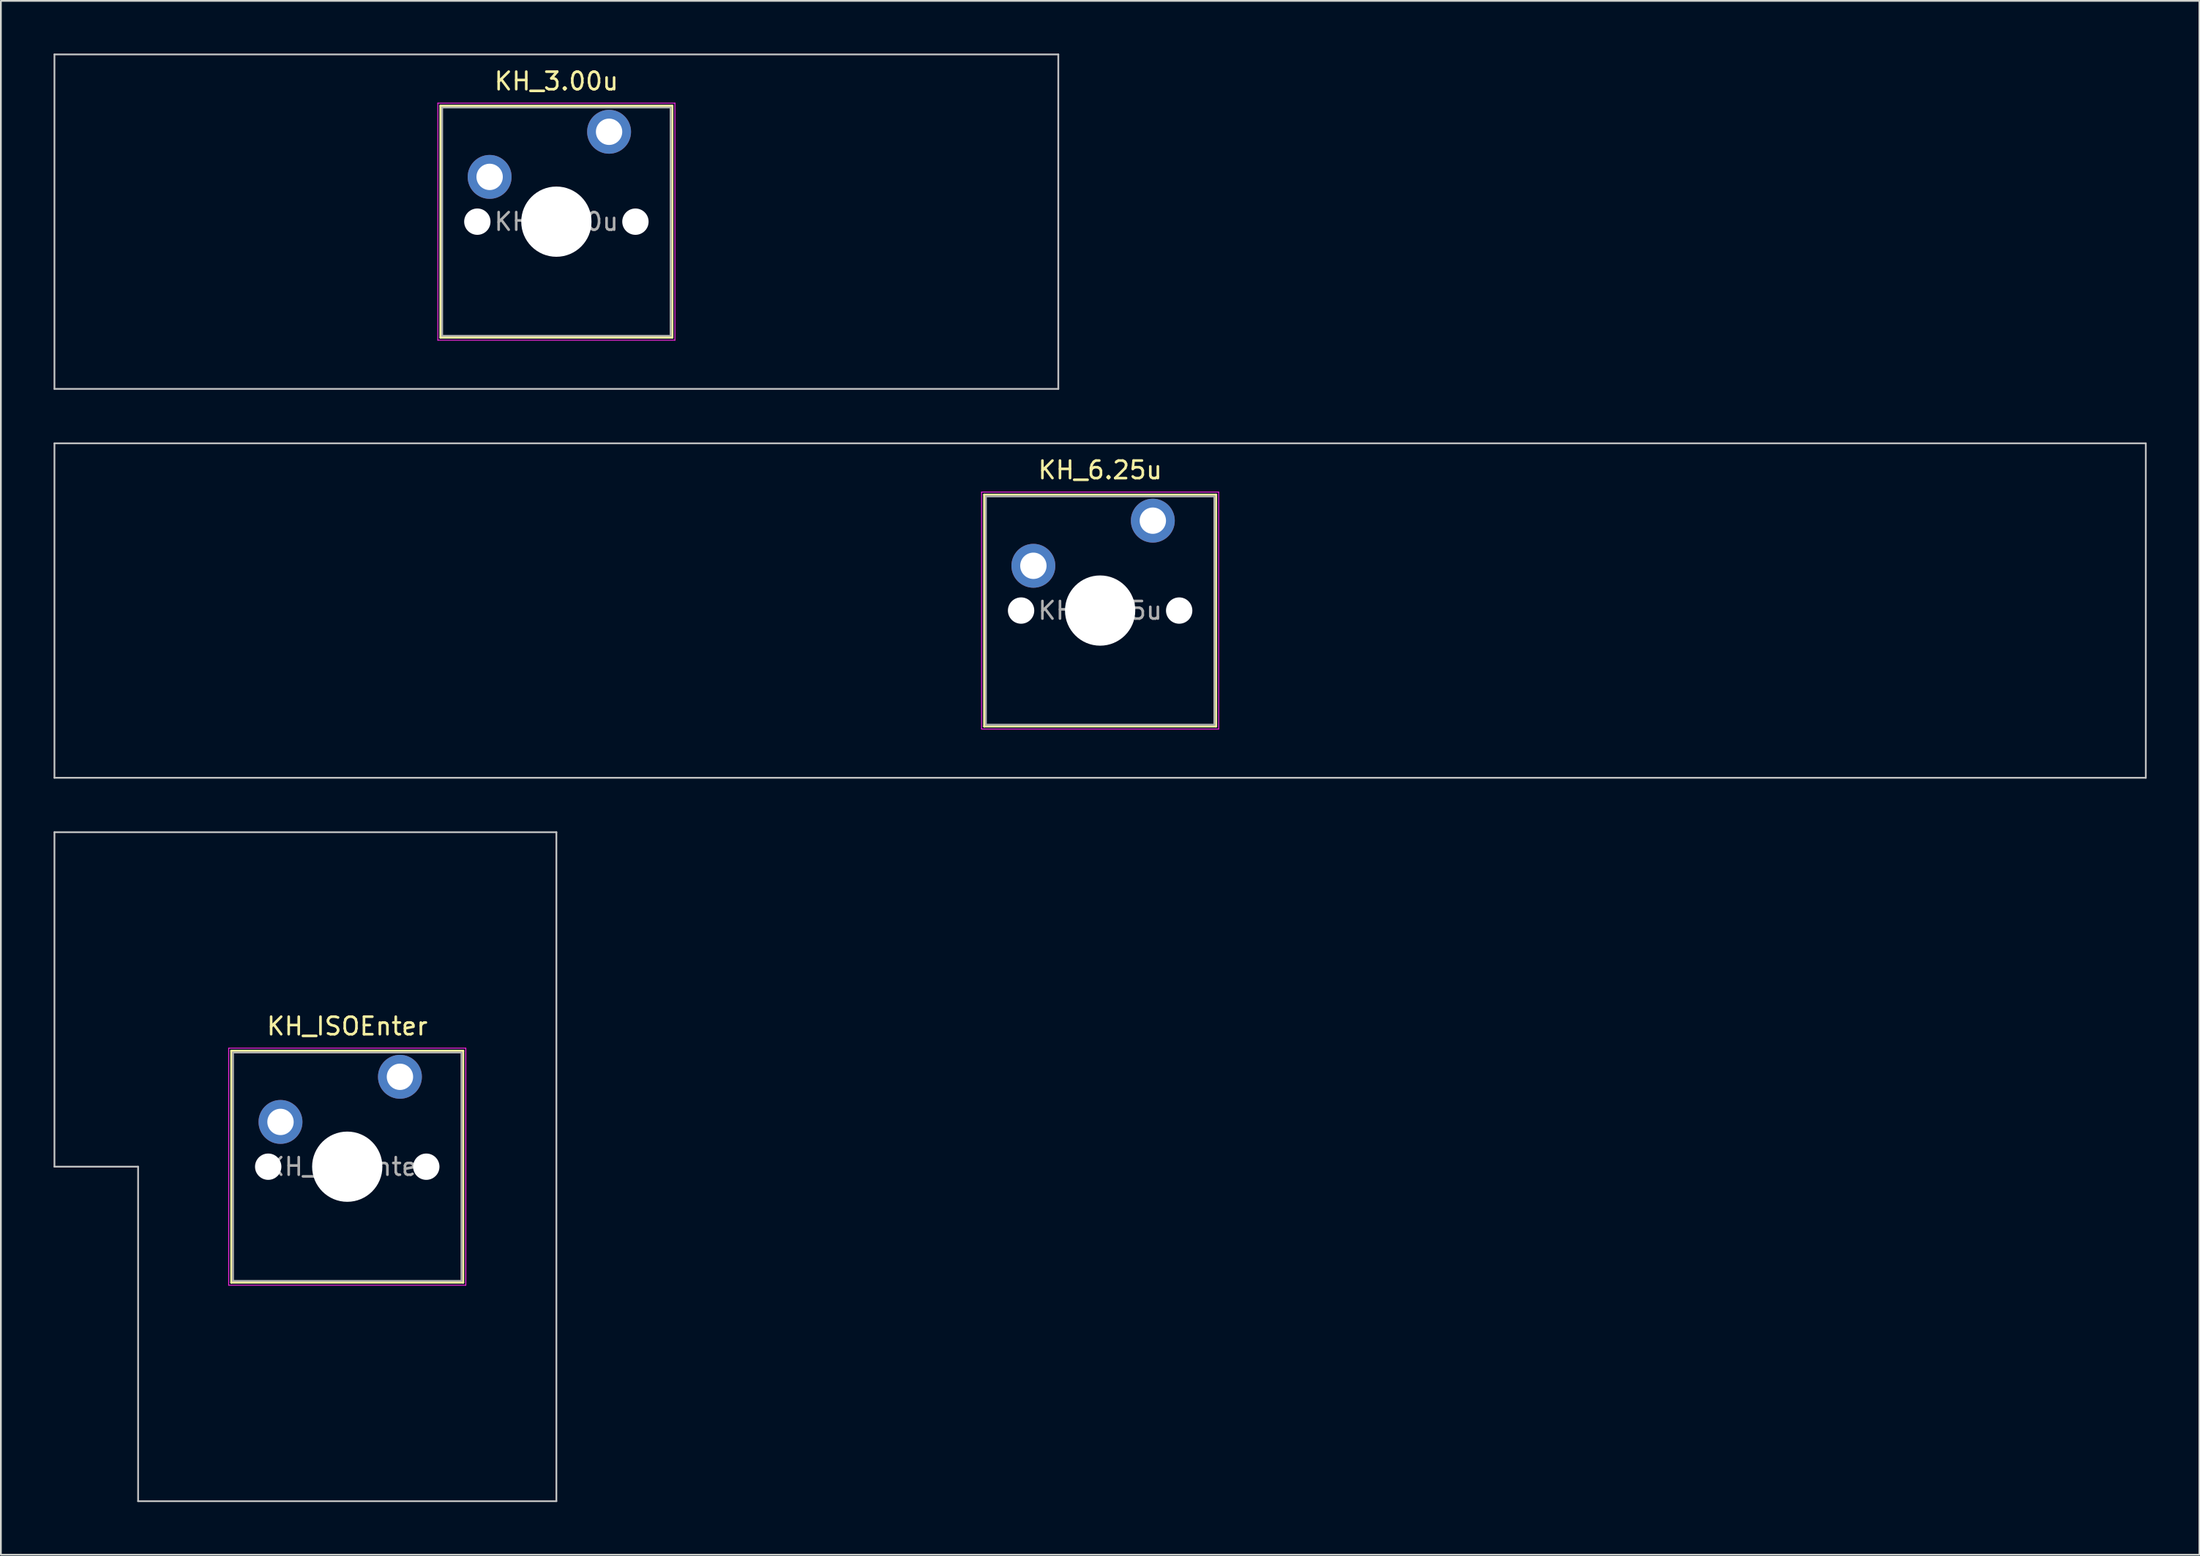
<source format=kicad_pcb>
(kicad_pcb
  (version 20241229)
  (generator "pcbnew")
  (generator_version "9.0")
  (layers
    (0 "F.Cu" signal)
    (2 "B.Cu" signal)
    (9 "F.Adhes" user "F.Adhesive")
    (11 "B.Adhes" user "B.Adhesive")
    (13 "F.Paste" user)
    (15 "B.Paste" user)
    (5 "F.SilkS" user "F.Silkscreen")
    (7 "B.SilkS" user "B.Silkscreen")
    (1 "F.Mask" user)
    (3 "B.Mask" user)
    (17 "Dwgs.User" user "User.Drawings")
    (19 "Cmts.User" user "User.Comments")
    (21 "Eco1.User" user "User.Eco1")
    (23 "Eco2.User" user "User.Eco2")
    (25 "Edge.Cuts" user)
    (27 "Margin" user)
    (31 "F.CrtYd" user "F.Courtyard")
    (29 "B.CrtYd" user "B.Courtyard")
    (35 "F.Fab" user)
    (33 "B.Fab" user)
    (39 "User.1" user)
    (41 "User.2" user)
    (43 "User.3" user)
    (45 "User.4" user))
  (footprint "KH_6.25u"
    (layer "F.Cu")
    (at 59.581 31.725)
    (property "Reference" "KH_6.25u" (at 0 -8 0) (layer "F.SilkS") (effects (font (size 1 1) (thickness 0.15))))
    (attr through_hole)
    (fp_line (start -6.6 -6.6) (end -6.6 6.6) (stroke (width 0.12) (type solid)) (layer "F.SilkS"))
    (fp_line (start -6.6 6.6) (end 6.6 6.6) (stroke (width 0.12) (type solid)) (layer "F.SilkS"))
    (fp_line (start 6.6 -6.6) (end -6.6 -6.6) (stroke (width 0.12) (type solid)) (layer "F.SilkS"))
    (fp_line (start 6.6 6.6) (end 6.6 -6.6) (stroke (width 0.12) (type solid)) (layer "F.SilkS"))
    (fp_line (start -59.531 -9.525) (end -59.531 9.525) (stroke (width 0.1) (type solid)) (layer "Dwgs.User"))
    (fp_line (start -59.531 9.525) (end 59.531 9.525) (stroke (width 0.1) (type solid)) (layer "Dwgs.User"))
    (fp_line (start 59.531 -9.525) (end -59.531 -9.525) (stroke (width 0.1) (type solid)) (layer "Dwgs.User"))
    (fp_line (start 59.531 9.525) (end 59.531 -9.525) (stroke (width 0.1) (type solid)) (layer "Dwgs.User"))
    (fp_line (start -6.1 -6.1) (end -6.1 6.1) (stroke (width 0.1) (type solid)) (layer "Eco1.User"))
    (fp_line (start -6.1 6.1) (end 6.1 6.1) (stroke (width 0.1) (type solid)) (layer "Eco1.User"))
    (fp_line (start 6.1 -6.1) (end -6.1 -6.1) (stroke (width 0.1) (type solid)) (layer "Eco1.User"))
    (fp_line (start 6.1 6.1) (end 6.1 -6.1) (stroke (width 0.1) (type solid)) (layer "Eco1.User"))
    (fp_line (start -6.75 -6.75) (end -6.75 6.75) (stroke (width 0.05) (type solid)) (layer "F.CrtYd"))
    (fp_line (start -6.75 6.75) (end 6.75 6.75) (stroke (width 0.05) (type solid)) (layer "F.CrtYd"))
    (fp_line (start 6.75 -6.75) (end -6.75 -6.75) (stroke (width 0.05) (type solid)) (layer "F.CrtYd"))
    (fp_line (start 6.75 6.75) (end 6.75 -6.75) (stroke (width 0.05) (type solid)) (layer "F.CrtYd"))
    (fp_line (start -6.5 -6.5) (end -6.5 6.5) (stroke (width 0.1) (type solid)) (layer "F.Fab"))
    (fp_line (start -6.5 6.5) (end 6.5 6.5) (stroke (width 0.1) (type solid)) (layer "F.Fab"))
    (fp_line (start 6.5 -6.5) (end -6.5 -6.5) (stroke (width 0.1) (type solid)) (layer "F.Fab"))
    (fp_line (start 6.5 6.5) (end 6.5 -6.5) (stroke (width 0.1) (type solid)) (layer "F.Fab"))
    (fp_text user "${REFERENCE}" (at 0 0 0) (layer "F.Fab") (effects (font (size 1 1) (thickness 0.15))))
    (pad "" np_thru_hole circle (at -4.5 0) (size 1.5 1.5) (drill 1.5) (layers "*.Cu" "*.Mask"))
    (pad "" np_thru_hole circle (at 0 0) (size 4 4) (drill 4) (layers "*.Cu" "*.Mask"))
    (pad "" np_thru_hole circle (at 4.5 0) (size 1.5 1.5) (drill 1.5) (layers "*.Cu" "*.Mask"))
    (pad "1" thru_hole circle (at -3.8 -2.55) (size 2.5 2.5) (drill 1.5) (layers "*.Cu" "*.Mask"))
    (pad "2" thru_hole circle (at 3 -5.12) (size 2.5 2.5) (drill 1.5) (layers "*.Cu" "*.Mask")))
  (footprint "KH_ISOEnter"
    (layer "F.Cu")
    (at 16.719 63.4)
    (property "Reference" "KH_ISOEnter" (at 0 -8 0) (layer "F.SilkS") (effects (font (size 1 1) (thickness 0.15))))
    (attr through_hole)
    (fp_line (start -6.6 -6.6) (end -6.6 6.6) (stroke (width 0.12) (type solid)) (layer "F.SilkS"))
    (fp_line (start -6.6 6.6) (end 6.6 6.6) (stroke (width 0.12) (type solid)) (layer "F.SilkS"))
    (fp_line (start 6.6 -6.6) (end -6.6 -6.6) (stroke (width 0.12) (type solid)) (layer "F.SilkS"))
    (fp_line (start 6.6 6.6) (end 6.6 -6.6) (stroke (width 0.12) (type solid)) (layer "F.SilkS"))
    (fp_line (start -16.669 -19.05) (end -16.669 0) (stroke (width 0.1) (type solid)) (layer "Dwgs.User"))
    (fp_line (start -16.669 0) (end -11.906 0) (stroke (width 0.1) (type solid)) (layer "Dwgs.User"))
    (fp_line (start -11.906 0) (end -11.906 19.05) (stroke (width 0.1) (type solid)) (layer "Dwgs.User"))
    (fp_line (start -11.906 19.05) (end 11.906 19.05) (stroke (width 0.1) (type solid)) (layer "Dwgs.User"))
    (fp_line (start 11.906 -19.05) (end -16.669 -19.05) (stroke (width 0.1) (type solid)) (layer "Dwgs.User"))
    (fp_line (start 11.906 19.05) (end 11.906 -19.05) (stroke (width 0.1) (type solid)) (layer "Dwgs.User"))
    (fp_line (start -6.1 -6.1) (end -6.1 6.1) (stroke (width 0.1) (type solid)) (layer "Eco1.User"))
    (fp_line (start -6.1 6.1) (end 6.1 6.1) (stroke (width 0.1) (type solid)) (layer "Eco1.User"))
    (fp_line (start 6.1 -6.1) (end -6.1 -6.1) (stroke (width 0.1) (type solid)) (layer "Eco1.User"))
    (fp_line (start 6.1 6.1) (end 6.1 -6.1) (stroke (width 0.1) (type solid)) (layer "Eco1.User"))
    (fp_line (start -6.75 -6.75) (end -6.75 6.75) (stroke (width 0.05) (type solid)) (layer "F.CrtYd"))
    (fp_line (start -6.75 6.75) (end 6.75 6.75) (stroke (width 0.05) (type solid)) (layer "F.CrtYd"))
    (fp_line (start 6.75 -6.75) (end -6.75 -6.75) (stroke (width 0.05) (type solid)) (layer "F.CrtYd"))
    (fp_line (start 6.75 6.75) (end 6.75 -6.75) (stroke (width 0.05) (type solid)) (layer "F.CrtYd"))
    (fp_line (start -6.5 -6.5) (end -6.5 6.5) (stroke (width 0.1) (type solid)) (layer "F.Fab"))
    (fp_line (start -6.5 6.5) (end 6.5 6.5) (stroke (width 0.1) (type solid)) (layer "F.Fab"))
    (fp_line (start 6.5 -6.5) (end -6.5 -6.5) (stroke (width 0.1) (type solid)) (layer "F.Fab"))
    (fp_line (start 6.5 6.5) (end 6.5 -6.5) (stroke (width 0.1) (type solid)) (layer "F.Fab"))
    (fp_text user "${REFERENCE}" (at 0 0 0) (layer "F.Fab") (effects (font (size 1 1) (thickness 0.15))))
    (pad "" np_thru_hole circle (at -4.5 0) (size 1.5 1.5) (drill 1.5) (layers "*.Cu" "*.Mask"))
    (pad "" np_thru_hole circle (at 0 0) (size 4 4) (drill 4) (layers "*.Cu" "*.Mask"))
    (pad "" np_thru_hole circle (at 4.5 0) (size 1.5 1.5) (drill 1.5) (layers "*.Cu" "*.Mask"))
    (pad "1" thru_hole circle (at -3.8 -2.55) (size 2.5 2.5) (drill 1.5) (layers "*.Cu" "*.Mask"))
    (pad "2" thru_hole circle (at 3 -5.12) (size 2.5 2.5) (drill 1.5) (layers "*.Cu" "*.Mask")))
  (footprint "KH_3.00u"
    (layer "F.Cu")
    (at 28.625 9.575)
    (property "Reference" "KH_3.00u" (at 0 -8 0) (layer "F.SilkS") (effects (font (size 1 1) (thickness 0.15))))
    (attr through_hole)
    (fp_line (start -6.6 -6.6) (end -6.6 6.6) (stroke (width 0.12) (type solid)) (layer "F.SilkS"))
    (fp_line (start -6.6 6.6) (end 6.6 6.6) (stroke (width 0.12) (type solid)) (layer "F.SilkS"))
    (fp_line (start 6.6 -6.6) (end -6.6 -6.6) (stroke (width 0.12) (type solid)) (layer "F.SilkS"))
    (fp_line (start 6.6 6.6) (end 6.6 -6.6) (stroke (width 0.12) (type solid)) (layer "F.SilkS"))
    (fp_line (start -28.575 -9.525) (end -28.575 9.525) (stroke (width 0.1) (type solid)) (layer "Dwgs.User"))
    (fp_line (start -28.575 9.525) (end 28.575 9.525) (stroke (width 0.1) (type solid)) (layer "Dwgs.User"))
    (fp_line (start 28.575 -9.525) (end -28.575 -9.525) (stroke (width 0.1) (type solid)) (layer "Dwgs.User"))
    (fp_line (start 28.575 9.525) (end 28.575 -9.525) (stroke (width 0.1) (type solid)) (layer "Dwgs.User"))
    (fp_line (start -6.1 -6.1) (end -6.1 6.1) (stroke (width 0.1) (type solid)) (layer "Eco1.User"))
    (fp_line (start -6.1 6.1) (end 6.1 6.1) (stroke (width 0.1) (type solid)) (layer "Eco1.User"))
    (fp_line (start 6.1 -6.1) (end -6.1 -6.1) (stroke (width 0.1) (type solid)) (layer "Eco1.User"))
    (fp_line (start 6.1 6.1) (end 6.1 -6.1) (stroke (width 0.1) (type solid)) (layer "Eco1.User"))
    (fp_line (start -6.75 -6.75) (end -6.75 6.75) (stroke (width 0.05) (type solid)) (layer "F.CrtYd"))
    (fp_line (start -6.75 6.75) (end 6.75 6.75) (stroke (width 0.05) (type solid)) (layer "F.CrtYd"))
    (fp_line (start 6.75 -6.75) (end -6.75 -6.75) (stroke (width 0.05) (type solid)) (layer "F.CrtYd"))
    (fp_line (start 6.75 6.75) (end 6.75 -6.75) (stroke (width 0.05) (type solid)) (layer "F.CrtYd"))
    (fp_line (start -6.5 -6.5) (end -6.5 6.5) (stroke (width 0.1) (type solid)) (layer "F.Fab"))
    (fp_line (start -6.5 6.5) (end 6.5 6.5) (stroke (width 0.1) (type solid)) (layer "F.Fab"))
    (fp_line (start 6.5 -6.5) (end -6.5 -6.5) (stroke (width 0.1) (type solid)) (layer "F.Fab"))
    (fp_line (start 6.5 6.5) (end 6.5 -6.5) (stroke (width 0.1) (type solid)) (layer "F.Fab"))
    (fp_text user "${REFERENCE}" (at 0 0 0) (layer "F.Fab") (effects (font (size 1 1) (thickness 0.15))))
    (pad "" np_thru_hole circle (at -4.5 0) (size 1.5 1.5) (drill 1.5) (layers "*.Cu" "*.Mask"))
    (pad "" np_thru_hole circle (at 0 0) (size 4 4) (drill 4) (layers "*.Cu" "*.Mask"))
    (pad "" np_thru_hole circle (at 4.5 0) (size 1.5 1.5) (drill 1.5) (layers "*.Cu" "*.Mask"))
    (pad "1" thru_hole circle (at -3.8 -2.55) (size 2.5 2.5) (drill 1.5) (layers "*.Cu" "*.Mask"))
    (pad "2" thru_hole circle (at 3 -5.12) (size 2.5 2.5) (drill 1.5) (layers "*.Cu" "*.Mask")))
  (gr_rect
    (start -3 -3)
    (end 122.162 85.5)
    (stroke (width 0.1) (type default))
    (fill no)
    (layer "Edge.Cuts")))
</source>
